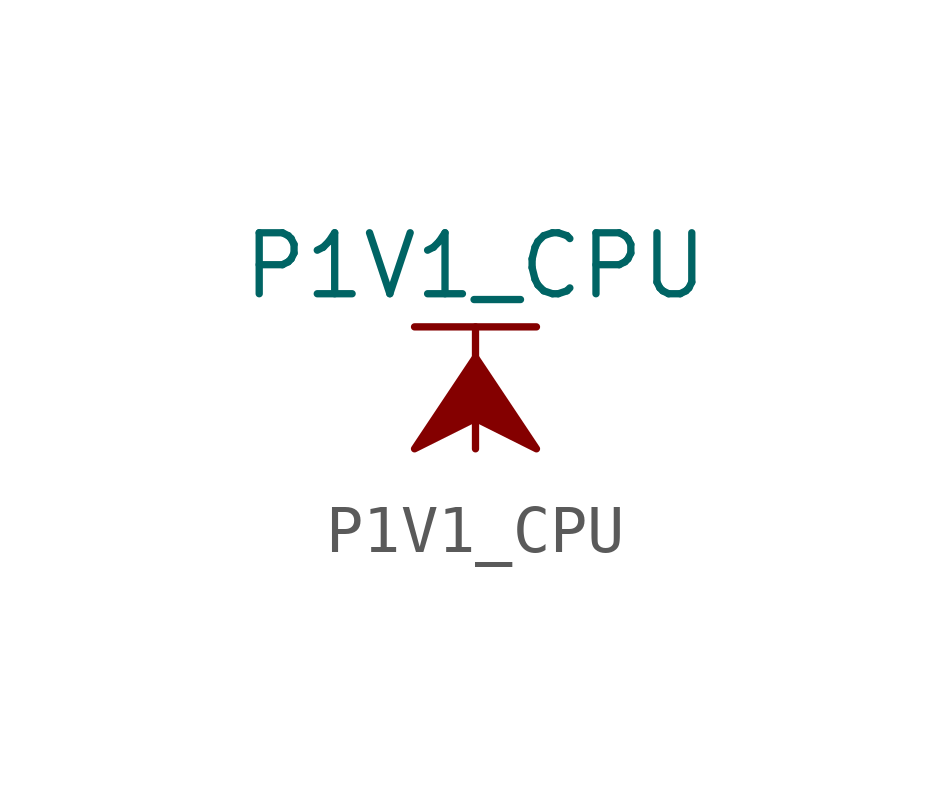
<source format=kicad_sym>
(kicad_symbol_lib
  (version 20211014)
  (generator kicad_symbol_editor)
  (symbol "P1V1_CPU"
    (power)
    (pin_names
      (offset 0))
    (property "Reference" "#PWR"
      (at 0 -3.81 0)
      (effects (font (size 1.27 1.27)) hide))
    (property "Value" "P1V1_CPU"
      (at 0 3.81 0)
      (effects (font (size 1.27 1.27))))
    (symbol "P1V1_CPU_0_1"
      (polyline (pts (xy -1.27 2.54) (xy 1.27 2.54)) (stroke (width 0.152) (type default) (color 0 0 0 0)) (fill (type none)))
      (polyline (pts (xy 0 0) (xy 0 2.54)) (stroke (width 0.152) (type default) (color 0 0 0 0)) (fill (type none)))
      (polyline (pts (xy 0 1.905) (xy -1.27 0) (xy 0 0.635) (xy 1.27 0) (xy 0 1.905)) (stroke (width 0.152) (type default) (color 0 0 0 0)) (fill (type outline))))
    (symbol "P1V1_CPU_1_1"
      (pin power_in line (at 0 0 90) (length 0) hide (name "P1V1_CPU" (effects (font (size 1.27 1.27)))) (number "1" (effects (font (size 1.27 1.27))))))))
</source>
